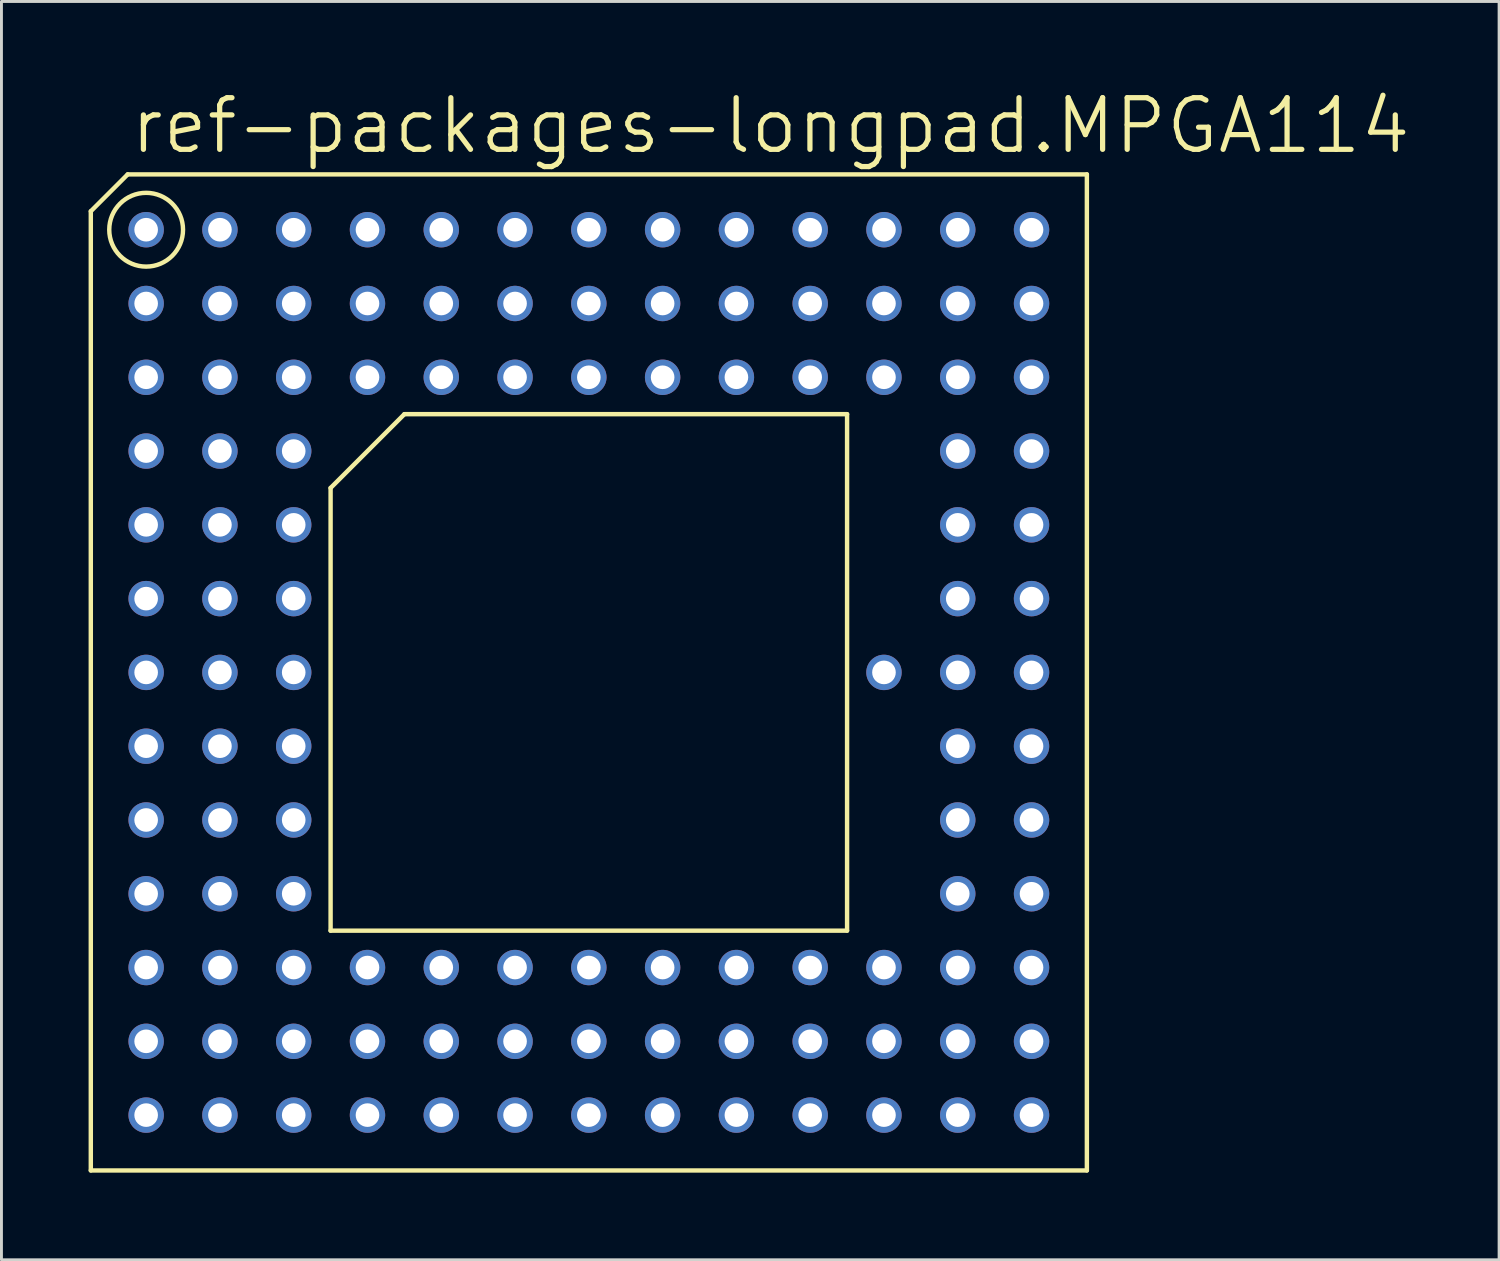
<source format=kicad_pcb>
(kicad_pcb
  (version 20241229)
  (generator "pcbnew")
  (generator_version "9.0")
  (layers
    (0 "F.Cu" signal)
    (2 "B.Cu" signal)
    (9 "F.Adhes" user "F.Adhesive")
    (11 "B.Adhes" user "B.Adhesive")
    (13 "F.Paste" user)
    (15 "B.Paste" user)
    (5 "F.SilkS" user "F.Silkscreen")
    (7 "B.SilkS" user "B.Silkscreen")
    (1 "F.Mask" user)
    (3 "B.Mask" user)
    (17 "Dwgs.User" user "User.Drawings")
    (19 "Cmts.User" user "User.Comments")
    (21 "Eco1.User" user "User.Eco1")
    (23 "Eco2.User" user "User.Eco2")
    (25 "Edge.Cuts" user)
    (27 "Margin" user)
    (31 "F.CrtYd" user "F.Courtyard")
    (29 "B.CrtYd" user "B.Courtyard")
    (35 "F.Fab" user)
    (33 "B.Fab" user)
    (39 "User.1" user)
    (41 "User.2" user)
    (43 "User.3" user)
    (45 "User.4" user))
  (footprint "ref-packages-longpad.MPGA114"
    (layer "F.Cu")
    (at 17.221 20.098)
    (property "Reference" "ref-packages-longpad.MPGA114" (at -15.875 -17.78 0) (layer "F.SilkS") (effects (font (size 1.778 1.778) (thickness 0.18)) (justify left bottom)))
    (attr through_hole)
    (fp_line (start -17.145 -15.875) (end -15.875 -17.145) (stroke (width 0.152) (type default)) (layer "F.SilkS"))
    (fp_line (start -17.145 17.145) (end -17.145 -15.875) (stroke (width 0.152) (type default)) (layer "F.SilkS"))
    (fp_line (start -15.875 -17.145) (end 17.145 -17.145) (stroke (width 0.152) (type default)) (layer "F.SilkS"))
    (fp_line (start -8.89 8.89) (end -8.89 -6.35) (stroke (width 0.152) (type default)) (layer "F.SilkS"))
    (fp_line (start -8.89 8.89) (end 8.89 8.89) (stroke (width 0.152) (type default)) (layer "F.SilkS"))
    (fp_line (start -6.35 -8.89) (end -8.89 -6.35) (stroke (width 0.152) (type default)) (layer "F.SilkS"))
    (fp_line (start -6.35 -8.89) (end 8.89 -8.89) (stroke (width 0.152) (type default)) (layer "F.SilkS"))
    (fp_line (start 8.89 -8.89) (end 8.89 8.89) (stroke (width 0.152) (type default)) (layer "F.SilkS"))
    (fp_line (start 17.145 -17.145) (end 17.145 17.145) (stroke (width 0.152) (type default)) (layer "F.SilkS"))
    (fp_line (start 17.145 17.145) (end -17.145 17.145) (stroke (width 0.152) (type default)) (layer "F.SilkS"))
    (fp_circle (center -15.24 -15.24) (end -13.97 -15.24) (stroke (width 0.152) (type default)) (fill no) (layer "F.SilkS"))
    (pad "A01" thru_hole circle (at -15.24 -15.24) (size 1.219 1.219) (drill 0.813) (layers "*.Cu" "*.Mask"))
    (pad "A02" thru_hole circle (at -12.7 -15.24) (size 1.219 1.219) (drill 0.813) (layers "*.Cu" "*.Mask"))
    (pad "A03" thru_hole circle (at -10.16 -15.24) (size 1.219 1.219) (drill 0.813) (layers "*.Cu" "*.Mask"))
    (pad "A04" thru_hole circle (at -7.62 -15.24) (size 1.219 1.219) (drill 0.813) (layers "*.Cu" "*.Mask"))
    (pad "A05" thru_hole circle (at -5.08 -15.24) (size 1.219 1.219) (drill 0.813) (layers "*.Cu" "*.Mask"))
    (pad "A06" thru_hole circle (at -2.54 -15.24) (size 1.219 1.219) (drill 0.813) (layers "*.Cu" "*.Mask"))
    (pad "A07" thru_hole circle (at 0 -15.24) (size 1.219 1.219) (drill 0.813) (layers "*.Cu" "*.Mask"))
    (pad "A08" thru_hole circle (at 2.54 -15.24) (size 1.219 1.219) (drill 0.813) (layers "*.Cu" "*.Mask"))
    (pad "A09" thru_hole circle (at 5.08 -15.24) (size 1.219 1.219) (drill 0.813) (layers "*.Cu" "*.Mask"))
    (pad "A10" thru_hole circle (at 7.62 -15.24) (size 1.219 1.219) (drill 0.813) (layers "*.Cu" "*.Mask"))
    (pad "A11" thru_hole circle (at 10.16 -15.24) (size 1.219 1.219) (drill 0.813) (layers "*.Cu" "*.Mask"))
    (pad "A12" thru_hole circle (at 12.7 -15.24) (size 1.219 1.219) (drill 0.813) (layers "*.Cu" "*.Mask"))
    (pad "A13" thru_hole circle (at 15.24 -15.24) (size 1.219 1.219) (drill 0.813) (layers "*.Cu" "*.Mask"))
    (pad "B01" thru_hole circle (at -15.24 -12.7) (size 1.219 1.219) (drill 0.813) (layers "*.Cu" "*.Mask"))
    (pad "B02" thru_hole circle (at -12.7 -12.7) (size 1.219 1.219) (drill 0.813) (layers "*.Cu" "*.Mask"))
    (pad "B03" thru_hole circle (at -10.16 -12.7) (size 1.219 1.219) (drill 0.813) (layers "*.Cu" "*.Mask"))
    (pad "B04" thru_hole circle (at -7.62 -12.7) (size 1.219 1.219) (drill 0.813) (layers "*.Cu" "*.Mask"))
    (pad "B05" thru_hole circle (at -5.08 -12.7) (size 1.219 1.219) (drill 0.813) (layers "*.Cu" "*.Mask"))
    (pad "B06" thru_hole circle (at -2.54 -12.7) (size 1.219 1.219) (drill 0.813) (layers "*.Cu" "*.Mask"))
    (pad "B07" thru_hole circle (at 0 -12.7) (size 1.219 1.219) (drill 0.813) (layers "*.Cu" "*.Mask"))
    (pad "B08" thru_hole circle (at 2.54 -12.7) (size 1.219 1.219) (drill 0.813) (layers "*.Cu" "*.Mask"))
    (pad "B09" thru_hole circle (at 5.08 -12.7) (size 1.219 1.219) (drill 0.813) (layers "*.Cu" "*.Mask"))
    (pad "B10" thru_hole circle (at 7.62 -12.7) (size 1.219 1.219) (drill 0.813) (layers "*.Cu" "*.Mask"))
    (pad "B11" thru_hole circle (at 10.16 -12.7) (size 1.219 1.219) (drill 0.813) (layers "*.Cu" "*.Mask"))
    (pad "B12" thru_hole circle (at 12.7 -12.7) (size 1.219 1.219) (drill 0.813) (layers "*.Cu" "*.Mask"))
    (pad "B13" thru_hole circle (at 15.24 -12.7) (size 1.219 1.219) (drill 0.813) (layers "*.Cu" "*.Mask"))
    (pad "C01" thru_hole circle (at -15.24 -10.16) (size 1.219 1.219) (drill 0.813) (layers "*.Cu" "*.Mask"))
    (pad "C02" thru_hole circle (at -12.7 -10.16) (size 1.219 1.219) (drill 0.813) (layers "*.Cu" "*.Mask"))
    (pad "C03" thru_hole circle (at -10.16 -10.16) (size 1.219 1.219) (drill 0.813) (layers "*.Cu" "*.Mask"))
    (pad "C04" thru_hole circle (at -7.62 -10.16) (size 1.219 1.219) (drill 0.813) (layers "*.Cu" "*.Mask"))
    (pad "C05" thru_hole circle (at -5.08 -10.16) (size 1.219 1.219) (drill 0.813) (layers "*.Cu" "*.Mask"))
    (pad "C06" thru_hole circle (at -2.54 -10.16) (size 1.219 1.219) (drill 0.813) (layers "*.Cu" "*.Mask"))
    (pad "C07" thru_hole circle (at 0 -10.16) (size 1.219 1.219) (drill 0.813) (layers "*.Cu" "*.Mask"))
    (pad "C08" thru_hole circle (at 2.54 -10.16) (size 1.219 1.219) (drill 0.813) (layers "*.Cu" "*.Mask"))
    (pad "C09" thru_hole circle (at 5.08 -10.16) (size 1.219 1.219) (drill 0.813) (layers "*.Cu" "*.Mask"))
    (pad "C10" thru_hole circle (at 7.62 -10.16) (size 1.219 1.219) (drill 0.813) (layers "*.Cu" "*.Mask"))
    (pad "C11" thru_hole circle (at 10.16 -10.16) (size 1.219 1.219) (drill 0.813) (layers "*.Cu" "*.Mask"))
    (pad "C12" thru_hole circle (at 12.7 -10.16) (size 1.219 1.219) (drill 0.813) (layers "*.Cu" "*.Mask"))
    (pad "C13" thru_hole circle (at 15.24 -10.16) (size 1.219 1.219) (drill 0.813) (layers "*.Cu" "*.Mask"))
    (pad "D01" thru_hole circle (at -15.24 -7.62) (size 1.219 1.219) (drill 0.813) (layers "*.Cu" "*.Mask"))
    (pad "D02" thru_hole circle (at -12.7 -7.62) (size 1.219 1.219) (drill 0.813) (layers "*.Cu" "*.Mask"))
    (pad "D03" thru_hole circle (at -10.16 -7.62) (size 1.219 1.219) (drill 0.813) (layers "*.Cu" "*.Mask"))
    (pad "D12" thru_hole circle (at 12.7 -7.62) (size 1.219 1.219) (drill 0.813) (layers "*.Cu" "*.Mask"))
    (pad "D13" thru_hole circle (at 15.24 -7.62) (size 1.219 1.219) (drill 0.813) (layers "*.Cu" "*.Mask"))
    (pad "E01" thru_hole circle (at -15.24 -5.08) (size 1.219 1.219) (drill 0.813) (layers "*.Cu" "*.Mask"))
    (pad "E02" thru_hole circle (at -12.7 -5.08) (size 1.219 1.219) (drill 0.813) (layers "*.Cu" "*.Mask"))
    (pad "E03" thru_hole circle (at -10.16 -5.08) (size 1.219 1.219) (drill 0.813) (layers "*.Cu" "*.Mask"))
    (pad "E12" thru_hole circle (at 12.7 -5.08) (size 1.219 1.219) (drill 0.813) (layers "*.Cu" "*.Mask"))
    (pad "E13" thru_hole circle (at 15.24 -5.08) (size 1.219 1.219) (drill 0.813) (layers "*.Cu" "*.Mask"))
    (pad "F01" thru_hole circle (at -15.24 -2.54) (size 1.219 1.219) (drill 0.813) (layers "*.Cu" "*.Mask"))
    (pad "F02" thru_hole circle (at -12.7 -2.54) (size 1.219 1.219) (drill 0.813) (layers "*.Cu" "*.Mask"))
    (pad "F03" thru_hole circle (at -10.16 -2.54) (size 1.219 1.219) (drill 0.813) (layers "*.Cu" "*.Mask"))
    (pad "F12" thru_hole circle (at 12.7 -2.54) (size 1.219 1.219) (drill 0.813) (layers "*.Cu" "*.Mask"))
    (pad "F13" thru_hole circle (at 15.24 -2.54) (size 1.219 1.219) (drill 0.813) (layers "*.Cu" "*.Mask"))
    (pad "G01" thru_hole circle (at -15.24 0) (size 1.219 1.219) (drill 0.813) (layers "*.Cu" "*.Mask"))
    (pad "G02" thru_hole circle (at -12.7 0) (size 1.219 1.219) (drill 0.813) (layers "*.Cu" "*.Mask"))
    (pad "G03" thru_hole circle (at -10.16 0) (size 1.219 1.219) (drill 0.813) (layers "*.Cu" "*.Mask"))
    (pad "G11" thru_hole circle (at 10.16 0) (size 1.219 1.219) (drill 0.813) (layers "*.Cu" "*.Mask"))
    (pad "G12" thru_hole circle (at 12.7 0) (size 1.219 1.219) (drill 0.813) (layers "*.Cu" "*.Mask"))
    (pad "G13" thru_hole circle (at 15.24 0) (size 1.219 1.219) (drill 0.813) (layers "*.Cu" "*.Mask"))
    (pad "H01" thru_hole circle (at -15.24 2.54) (size 1.219 1.219) (drill 0.813) (layers "*.Cu" "*.Mask"))
    (pad "H02" thru_hole circle (at -12.7 2.54) (size 1.219 1.219) (drill 0.813) (layers "*.Cu" "*.Mask"))
    (pad "H03" thru_hole circle (at -10.16 2.54) (size 1.219 1.219) (drill 0.813) (layers "*.Cu" "*.Mask"))
    (pad "H12" thru_hole circle (at 12.7 2.54) (size 1.219 1.219) (drill 0.813) (layers "*.Cu" "*.Mask"))
    (pad "H13" thru_hole circle (at 15.24 2.54) (size 1.219 1.219) (drill 0.813) (layers "*.Cu" "*.Mask"))
    (pad "J01" thru_hole circle (at -15.24 5.08) (size 1.219 1.219) (drill 0.813) (layers "*.Cu" "*.Mask"))
    (pad "J02" thru_hole circle (at -12.7 5.08) (size 1.219 1.219) (drill 0.813) (layers "*.Cu" "*.Mask"))
    (pad "J03" thru_hole circle (at -10.16 5.08) (size 1.219 1.219) (drill 0.813) (layers "*.Cu" "*.Mask"))
    (pad "J12" thru_hole circle (at 12.7 5.08) (size 1.219 1.219) (drill 0.813) (layers "*.Cu" "*.Mask"))
    (pad "J13" thru_hole circle (at 15.24 5.08) (size 1.219 1.219) (drill 0.813) (layers "*.Cu" "*.Mask"))
    (pad "K01" thru_hole circle (at -15.24 7.62) (size 1.219 1.219) (drill 0.813) (layers "*.Cu" "*.Mask"))
    (pad "K02" thru_hole circle (at -12.7 7.62) (size 1.219 1.219) (drill 0.813) (layers "*.Cu" "*.Mask"))
    (pad "K03" thru_hole circle (at -10.16 7.62) (size 1.219 1.219) (drill 0.813) (layers "*.Cu" "*.Mask"))
    (pad "K12" thru_hole circle (at 12.7 7.62) (size 1.219 1.219) (drill 0.813) (layers "*.Cu" "*.Mask"))
    (pad "K13" thru_hole circle (at 15.24 7.62) (size 1.219 1.219) (drill 0.813) (layers "*.Cu" "*.Mask"))
    (pad "L01" thru_hole circle (at -15.24 10.16) (size 1.219 1.219) (drill 0.813) (layers "*.Cu" "*.Mask"))
    (pad "L02" thru_hole circle (at -12.7 10.16) (size 1.219 1.219) (drill 0.813) (layers "*.Cu" "*.Mask"))
    (pad "L03" thru_hole circle (at -10.16 10.16) (size 1.219 1.219) (drill 0.813) (layers "*.Cu" "*.Mask"))
    (pad "L04" thru_hole circle (at -7.62 10.16) (size 1.219 1.219) (drill 0.813) (layers "*.Cu" "*.Mask"))
    (pad "L05" thru_hole circle (at -5.08 10.16) (size 1.219 1.219) (drill 0.813) (layers "*.Cu" "*.Mask"))
    (pad "L06" thru_hole circle (at -2.54 10.16) (size 1.219 1.219) (drill 0.813) (layers "*.Cu" "*.Mask"))
    (pad "L07" thru_hole circle (at 0 10.16) (size 1.219 1.219) (drill 0.813) (layers "*.Cu" "*.Mask"))
    (pad "L08" thru_hole circle (at 2.54 10.16) (size 1.219 1.219) (drill 0.813) (layers "*.Cu" "*.Mask"))
    (pad "L09" thru_hole circle (at 5.08 10.16) (size 1.219 1.219) (drill 0.813) (layers "*.Cu" "*.Mask"))
    (pad "L10" thru_hole circle (at 7.62 10.16) (size 1.219 1.219) (drill 0.813) (layers "*.Cu" "*.Mask"))
    (pad "L11" thru_hole circle (at 10.16 10.16) (size 1.219 1.219) (drill 0.813) (layers "*.Cu" "*.Mask"))
    (pad "L12" thru_hole circle (at 12.7 10.16) (size 1.219 1.219) (drill 0.813) (layers "*.Cu" "*.Mask"))
    (pad "L13" thru_hole circle (at 15.24 10.16) (size 1.219 1.219) (drill 0.813) (layers "*.Cu" "*.Mask"))
    (pad "M01" thru_hole circle (at -15.24 12.7) (size 1.219 1.219) (drill 0.813) (layers "*.Cu" "*.Mask"))
    (pad "M02" thru_hole circle (at -12.7 12.7) (size 1.219 1.219) (drill 0.813) (layers "*.Cu" "*.Mask"))
    (pad "M03" thru_hole circle (at -10.16 12.7) (size 1.219 1.219) (drill 0.813) (layers "*.Cu" "*.Mask"))
    (pad "M04" thru_hole circle (at -7.62 12.7) (size 1.219 1.219) (drill 0.813) (layers "*.Cu" "*.Mask"))
    (pad "M05" thru_hole circle (at -5.08 12.7) (size 1.219 1.219) (drill 0.813) (layers "*.Cu" "*.Mask"))
    (pad "M06" thru_hole circle (at -2.54 12.7) (size 1.219 1.219) (drill 0.813) (layers "*.Cu" "*.Mask"))
    (pad "M07" thru_hole circle (at 0 12.7) (size 1.219 1.219) (drill 0.813) (layers "*.Cu" "*.Mask"))
    (pad "M08" thru_hole circle (at 2.54 12.7) (size 1.219 1.219) (drill 0.813) (layers "*.Cu" "*.Mask"))
    (pad "M09" thru_hole circle (at 5.08 12.7) (size 1.219 1.219) (drill 0.813) (layers "*.Cu" "*.Mask"))
    (pad "M10" thru_hole circle (at 7.62 12.7) (size 1.219 1.219) (drill 0.813) (layers "*.Cu" "*.Mask"))
    (pad "M11" thru_hole circle (at 10.16 12.7) (size 1.219 1.219) (drill 0.813) (layers "*.Cu" "*.Mask"))
    (pad "M12" thru_hole circle (at 12.7 12.7) (size 1.219 1.219) (drill 0.813) (layers "*.Cu" "*.Mask"))
    (pad "M13" thru_hole circle (at 15.24 12.7) (size 1.219 1.219) (drill 0.813) (layers "*.Cu" "*.Mask"))
    (pad "N01" thru_hole circle (at -15.24 15.24) (size 1.219 1.219) (drill 0.813) (layers "*.Cu" "*.Mask"))
    (pad "N02" thru_hole circle (at -12.7 15.24) (size 1.219 1.219) (drill 0.813) (layers "*.Cu" "*.Mask"))
    (pad "N03" thru_hole circle (at -10.16 15.24) (size 1.219 1.219) (drill 0.813) (layers "*.Cu" "*.Mask"))
    (pad "N04" thru_hole circle (at -7.62 15.24) (size 1.219 1.219) (drill 0.813) (layers "*.Cu" "*.Mask"))
    (pad "N05" thru_hole circle (at -5.08 15.24) (size 1.219 1.219) (drill 0.813) (layers "*.Cu" "*.Mask"))
    (pad "N06" thru_hole circle (at -2.54 15.24) (size 1.219 1.219) (drill 0.813) (layers "*.Cu" "*.Mask"))
    (pad "N07" thru_hole circle (at 0 15.24) (size 1.219 1.219) (drill 0.813) (layers "*.Cu" "*.Mask"))
    (pad "N08" thru_hole circle (at 2.54 15.24) (size 1.219 1.219) (drill 0.813) (layers "*.Cu" "*.Mask"))
    (pad "N09" thru_hole circle (at 5.08 15.24) (size 1.219 1.219) (drill 0.813) (layers "*.Cu" "*.Mask"))
    (pad "N10" thru_hole circle (at 7.62 15.24) (size 1.219 1.219) (drill 0.813) (layers "*.Cu" "*.Mask"))
    (pad "N11" thru_hole circle (at 10.16 15.24) (size 1.219 1.219) (drill 0.813) (layers "*.Cu" "*.Mask"))
    (pad "N12" thru_hole circle (at 12.7 15.24) (size 1.219 1.219) (drill 0.813) (layers "*.Cu" "*.Mask"))
    (pad "N13" thru_hole circle (at 15.24 15.24) (size 1.219 1.219) (drill 0.813) (layers "*.Cu" "*.Mask")))
  (gr_rect
    (start -3 -3)
    (end 48.557 40.319)
    (stroke (width 0.1) (type default))
    (fill no)
    (layer "Edge.Cuts")))
</source>
